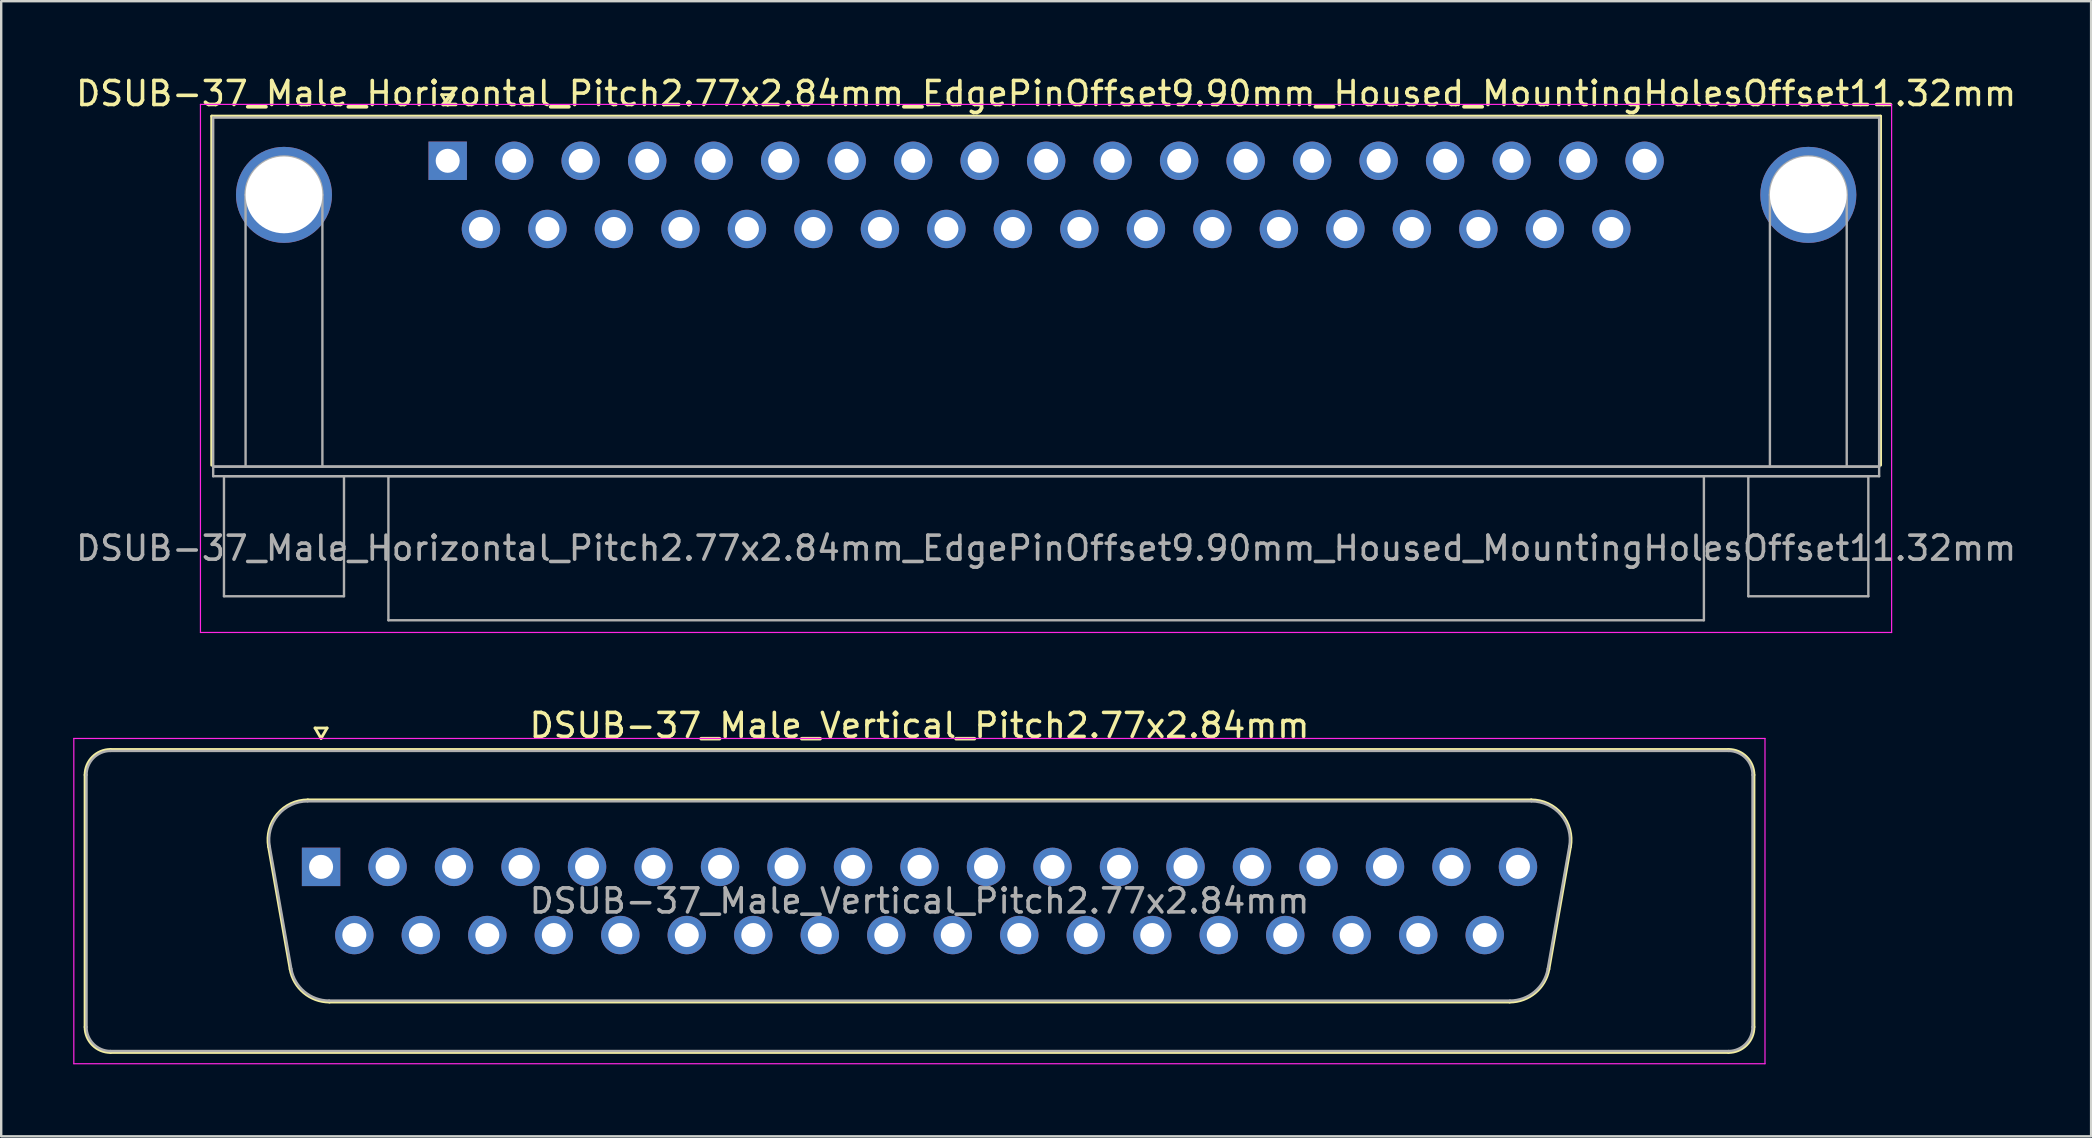
<source format=kicad_pcb>
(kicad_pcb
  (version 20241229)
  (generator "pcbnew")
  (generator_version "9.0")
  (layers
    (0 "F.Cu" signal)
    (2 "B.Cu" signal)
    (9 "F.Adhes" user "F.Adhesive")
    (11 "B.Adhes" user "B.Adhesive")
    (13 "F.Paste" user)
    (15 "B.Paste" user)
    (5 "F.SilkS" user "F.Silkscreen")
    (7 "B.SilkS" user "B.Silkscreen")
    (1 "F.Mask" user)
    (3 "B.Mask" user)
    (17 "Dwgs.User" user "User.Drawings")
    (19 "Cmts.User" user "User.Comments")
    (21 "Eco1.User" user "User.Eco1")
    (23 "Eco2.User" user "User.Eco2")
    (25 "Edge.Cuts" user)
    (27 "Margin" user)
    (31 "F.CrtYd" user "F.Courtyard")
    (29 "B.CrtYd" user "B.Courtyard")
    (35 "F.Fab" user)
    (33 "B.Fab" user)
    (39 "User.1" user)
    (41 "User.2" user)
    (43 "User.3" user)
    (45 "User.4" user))
  (footprint "DSUB-37_Male_Horizontal_Pitch2.77x2.84mm_EdgePinOffset9.90mm_Housed_MountingHolesOffset11.32mm"
    (layer "F.Cu")
    (at 15.6 3.648)
    (property "Reference" "DSUB-37_Male_Horizontal_Pitch2.77x2.84mm_EdgePinOffset9.90mm_Housed_MountingHolesOffset11.32mm" (at 24.93 -2.8 0) (layer "F.SilkS") (effects (font (size 1 1) (thickness 0.15))))
    (attr through_hole)
    (fp_line (start -9.83 -1.86) (end 59.69 -1.86) (stroke (width 0.12) (type solid)) (layer "F.SilkS"))
    (fp_line (start -9.83 12.68) (end -9.83 -1.86) (stroke (width 0.12) (type solid)) (layer "F.SilkS"))
    (fp_line (start -0.25 -2.754) (end 0.25 -2.754) (stroke (width 0.12) (type solid)) (layer "F.SilkS"))
    (fp_line (start 0 -2.321) (end -0.25 -2.754) (stroke (width 0.12) (type solid)) (layer "F.SilkS"))
    (fp_line (start 0.25 -2.754) (end 0 -2.321) (stroke (width 0.12) (type solid)) (layer "F.SilkS"))
    (fp_line (start 59.69 -1.86) (end 59.69 12.68) (stroke (width 0.12) (type solid)) (layer "F.SilkS"))
    (fp_line (start -10.3 -2.35) (end -10.3 19.65) (stroke (width 0.05) (type solid)) (layer "F.CrtYd"))
    (fp_line (start -10.3 19.65) (end 60.15 19.65) (stroke (width 0.05) (type solid)) (layer "F.CrtYd"))
    (fp_line (start 60.15 -2.35) (end -10.3 -2.35) (stroke (width 0.05) (type solid)) (layer "F.CrtYd"))
    (fp_line (start 60.15 19.65) (end 60.15 -2.35) (stroke (width 0.05) (type solid)) (layer "F.CrtYd"))
    (fp_line (start -9.77 -1.8) (end -9.77 12.74) (stroke (width 0.1) (type solid)) (layer "F.Fab"))
    (fp_line (start -9.77 12.74) (end -9.77 13.14) (stroke (width 0.1) (type solid)) (layer "F.Fab"))
    (fp_line (start -9.77 12.74) (end 59.63 12.74) (stroke (width 0.1) (type solid)) (layer "F.Fab"))
    (fp_line (start -9.77 13.14) (end 59.63 13.14) (stroke (width 0.1) (type solid)) (layer "F.Fab"))
    (fp_line (start -9.32 13.14) (end -9.32 18.14) (stroke (width 0.1) (type solid)) (layer "F.Fab"))
    (fp_line (start -9.32 18.14) (end -4.32 18.14) (stroke (width 0.1) (type solid)) (layer "F.Fab"))
    (fp_line (start -8.42 12.74) (end -8.42 1.42) (stroke (width 0.1) (type solid)) (layer "F.Fab"))
    (fp_line (start -5.22 12.74) (end -5.22 1.42) (stroke (width 0.1) (type solid)) (layer "F.Fab"))
    (fp_line (start -4.32 13.14) (end -9.32 13.14) (stroke (width 0.1) (type solid)) (layer "F.Fab"))
    (fp_line (start -4.32 18.14) (end -4.32 13.14) (stroke (width 0.1) (type solid)) (layer "F.Fab"))
    (fp_line (start -2.47 13.14) (end -2.47 19.14) (stroke (width 0.1) (type solid)) (layer "F.Fab"))
    (fp_line (start -2.47 19.14) (end 52.33 19.14) (stroke (width 0.1) (type solid)) (layer "F.Fab"))
    (fp_line (start 52.33 13.14) (end -2.47 13.14) (stroke (width 0.1) (type solid)) (layer "F.Fab"))
    (fp_line (start 52.33 19.14) (end 52.33 13.14) (stroke (width 0.1) (type solid)) (layer "F.Fab"))
    (fp_line (start 54.18 13.14) (end 54.18 18.14) (stroke (width 0.1) (type solid)) (layer "F.Fab"))
    (fp_line (start 54.18 18.14) (end 59.18 18.14) (stroke (width 0.1) (type solid)) (layer "F.Fab"))
    (fp_line (start 55.08 12.74) (end 55.08 1.42) (stroke (width 0.1) (type solid)) (layer "F.Fab"))
    (fp_line (start 58.28 12.74) (end 58.28 1.42) (stroke (width 0.1) (type solid)) (layer "F.Fab"))
    (fp_line (start 59.18 13.14) (end 54.18 13.14) (stroke (width 0.1) (type solid)) (layer "F.Fab"))
    (fp_line (start 59.18 18.14) (end 59.18 13.14) (stroke (width 0.1) (type solid)) (layer "F.Fab"))
    (fp_line (start 59.63 -1.8) (end -9.77 -1.8) (stroke (width 0.1) (type solid)) (layer "F.Fab"))
    (fp_line (start 59.63 12.74) (end -9.77 12.74) (stroke (width 0.1) (type solid)) (layer "F.Fab"))
    (fp_line (start 59.63 12.74) (end 59.63 -1.8) (stroke (width 0.1) (type solid)) (layer "F.Fab"))
    (fp_line (start 59.63 13.14) (end 59.63 12.74) (stroke (width 0.1) (type solid)) (layer "F.Fab"))
    (fp_arc (start -8.42 1.42) (mid -6.82 -0.18) (end -5.22 1.42) (stroke (width 0.1) (type solid)) (layer "F.Fab"))
    (fp_arc (start 55.08 1.42) (mid 56.68 -0.18) (end 58.28 1.42) (stroke (width 0.1) (type solid)) (layer "F.Fab"))
    (fp_text user "${REFERENCE}" (at 24.93 16.14 0) (layer "F.Fab") (effects (font (size 1 1) (thickness 0.15))))
    (pad "0" thru_hole circle (at -6.82 1.42) (size 4 4) (drill 3.2) (layers "*.Cu" "*.Mask"))
    (pad "0" thru_hole circle (at 56.68 1.42) (size 4 4) (drill 3.2) (layers "*.Cu" "*.Mask"))
    (pad "1" thru_hole rect (at 0 0) (size 1.6 1.6) (drill 1) (layers "*.Cu" "*.Mask"))
    (pad "2" thru_hole circle (at 2.77 0) (size 1.6 1.6) (drill 1) (layers "*.Cu" "*.Mask"))
    (pad "3" thru_hole circle (at 5.54 0) (size 1.6 1.6) (drill 1) (layers "*.Cu" "*.Mask"))
    (pad "4" thru_hole circle (at 8.31 0) (size 1.6 1.6) (drill 1) (layers "*.Cu" "*.Mask"))
    (pad "5" thru_hole circle (at 11.08 0) (size 1.6 1.6) (drill 1) (layers "*.Cu" "*.Mask"))
    (pad "6" thru_hole circle (at 13.85 0) (size 1.6 1.6) (drill 1) (layers "*.Cu" "*.Mask"))
    (pad "7" thru_hole circle (at 16.62 0) (size 1.6 1.6) (drill 1) (layers "*.Cu" "*.Mask"))
    (pad "8" thru_hole circle (at 19.39 0) (size 1.6 1.6) (drill 1) (layers "*.Cu" "*.Mask"))
    (pad "9" thru_hole circle (at 22.16 0) (size 1.6 1.6) (drill 1) (layers "*.Cu" "*.Mask"))
    (pad "10" thru_hole circle (at 24.93 0) (size 1.6 1.6) (drill 1) (layers "*.Cu" "*.Mask"))
    (pad "11" thru_hole circle (at 27.7 0) (size 1.6 1.6) (drill 1) (layers "*.Cu" "*.Mask"))
    (pad "12" thru_hole circle (at 30.47 0) (size 1.6 1.6) (drill 1) (layers "*.Cu" "*.Mask"))
    (pad "13" thru_hole circle (at 33.24 0) (size 1.6 1.6) (drill 1) (layers "*.Cu" "*.Mask"))
    (pad "14" thru_hole circle (at 36.01 0) (size 1.6 1.6) (drill 1) (layers "*.Cu" "*.Mask"))
    (pad "15" thru_hole circle (at 38.78 0) (size 1.6 1.6) (drill 1) (layers "*.Cu" "*.Mask"))
    (pad "16" thru_hole circle (at 41.55 0) (size 1.6 1.6) (drill 1) (layers "*.Cu" "*.Mask"))
    (pad "17" thru_hole circle (at 44.32 0) (size 1.6 1.6) (drill 1) (layers "*.Cu" "*.Mask"))
    (pad "18" thru_hole circle (at 47.09 0) (size 1.6 1.6) (drill 1) (layers "*.Cu" "*.Mask"))
    (pad "19" thru_hole circle (at 49.86 0) (size 1.6 1.6) (drill 1) (layers "*.Cu" "*.Mask"))
    (pad "20" thru_hole circle (at 1.385 2.84) (size 1.6 1.6) (drill 1) (layers "*.Cu" "*.Mask"))
    (pad "21" thru_hole circle (at 4.155 2.84) (size 1.6 1.6) (drill 1) (layers "*.Cu" "*.Mask"))
    (pad "22" thru_hole circle (at 6.925 2.84) (size 1.6 1.6) (drill 1) (layers "*.Cu" "*.Mask"))
    (pad "23" thru_hole circle (at 9.695 2.84) (size 1.6 1.6) (drill 1) (layers "*.Cu" "*.Mask"))
    (pad "24" thru_hole circle (at 12.465 2.84) (size 1.6 1.6) (drill 1) (layers "*.Cu" "*.Mask"))
    (pad "25" thru_hole circle (at 15.235 2.84) (size 1.6 1.6) (drill 1) (layers "*.Cu" "*.Mask"))
    (pad "26" thru_hole circle (at 18.005 2.84) (size 1.6 1.6) (drill 1) (layers "*.Cu" "*.Mask"))
    (pad "27" thru_hole circle (at 20.775 2.84) (size 1.6 1.6) (drill 1) (layers "*.Cu" "*.Mask"))
    (pad "28" thru_hole circle (at 23.545 2.84) (size 1.6 1.6) (drill 1) (layers "*.Cu" "*.Mask"))
    (pad "29" thru_hole circle (at 26.315 2.84) (size 1.6 1.6) (drill 1) (layers "*.Cu" "*.Mask"))
    (pad "30" thru_hole circle (at 29.085 2.84) (size 1.6 1.6) (drill 1) (layers "*.Cu" "*.Mask"))
    (pad "31" thru_hole circle (at 31.855 2.84) (size 1.6 1.6) (drill 1) (layers "*.Cu" "*.Mask"))
    (pad "32" thru_hole circle (at 34.625 2.84) (size 1.6 1.6) (drill 1) (layers "*.Cu" "*.Mask"))
    (pad "33" thru_hole circle (at 37.395 2.84) (size 1.6 1.6) (drill 1) (layers "*.Cu" "*.Mask"))
    (pad "34" thru_hole circle (at 40.165 2.84) (size 1.6 1.6) (drill 1) (layers "*.Cu" "*.Mask"))
    (pad "35" thru_hole circle (at 42.935 2.84) (size 1.6 1.6) (drill 1) (layers "*.Cu" "*.Mask"))
    (pad "36" thru_hole circle (at 45.705 2.84) (size 1.6 1.6) (drill 1) (layers "*.Cu" "*.Mask"))
    (pad "37" thru_hole circle (at 48.475 2.84) (size 1.6 1.6) (drill 1) (layers "*.Cu" "*.Mask")))
  (footprint "DSUB-37_Male_Vertical_Pitch2.77x2.84mm"
    (layer "F.Cu")
    (at 10.325 33.062)
    (property "Reference" "DSUB-37_Male_Vertical_Pitch2.77x2.84mm" (at 24.93 -5.89 0) (layer "F.SilkS") (effects (font (size 1 1) (thickness 0.15))))
    (attr through_hole)
    (fp_line (start -9.83 6.67) (end -9.83 -3.83) (stroke (width 0.12) (type solid)) (layer "F.SilkS"))
    (fp_line (start -8.77 -4.89) (end 58.63 -4.89) (stroke (width 0.12) (type solid)) (layer "F.SilkS"))
    (fp_line (start -2.186 -0.842) (end -1.287 4.258) (stroke (width 0.12) (type solid)) (layer "F.SilkS"))
    (fp_line (start -0.552 -2.79) (end 50.412 -2.79) (stroke (width 0.12) (type solid)) (layer "F.SilkS"))
    (fp_line (start -0.25 -5.784) (end 0.25 -5.784) (stroke (width 0.12) (type solid)) (layer "F.SilkS"))
    (fp_line (start 0 -5.351) (end -0.25 -5.784) (stroke (width 0.12) (type solid)) (layer "F.SilkS"))
    (fp_line (start 0.25 -5.784) (end 0 -5.351) (stroke (width 0.12) (type solid)) (layer "F.SilkS"))
    (fp_line (start 0.348 5.63) (end 49.512 5.63) (stroke (width 0.12) (type solid)) (layer "F.SilkS"))
    (fp_line (start 52.046 -0.842) (end 51.147 4.258) (stroke (width 0.12) (type solid)) (layer "F.SilkS"))
    (fp_line (start 58.63 7.73) (end -8.77 7.73) (stroke (width 0.12) (type solid)) (layer "F.SilkS"))
    (fp_line (start 59.69 -3.83) (end 59.69 6.67) (stroke (width 0.12) (type solid)) (layer "F.SilkS"))
    (fp_arc (start -9.83 -3.83) (mid -9.519533 -4.579533) (end -8.77 -4.89) (stroke (width 0.12) (type solid)) (layer "F.SilkS"))
    (fp_arc (start -8.77 7.73) (mid -9.519533 7.419533) (end -9.83 6.67) (stroke (width 0.12) (type solid)) (layer "F.SilkS"))
    (fp_arc (start -2.18647 -0.841744) (mid -1.823323 -2.197028) (end -0.551689 -2.79) (stroke (width 0.12) (type solid)) (layer "F.SilkS"))
    (fp_arc (start 0.347579 5.63) (mid -0.719448 5.241634) (end -1.287202 4.258256) (stroke (width 0.12) (type solid)) (layer "F.SilkS"))
    (fp_arc (start 50.411689 -2.79) (mid 51.683323 -2.197027) (end 52.04647 -0.841744) (stroke (width 0.12) (type solid)) (layer "F.SilkS"))
    (fp_arc (start 51.147202 4.258256) (mid 50.579449 5.241634) (end 49.512421 5.63) (stroke (width 0.12) (type solid)) (layer "F.SilkS"))
    (fp_arc (start 58.63 -4.89) (mid 59.379533 -4.579533) (end 59.69 -3.83) (stroke (width 0.12) (type solid)) (layer "F.SilkS"))
    (fp_arc (start 59.69 6.67) (mid 59.379533 7.419533) (end 58.63 7.73) (stroke (width 0.12) (type solid)) (layer "F.SilkS"))
    (fp_line (start -10.3 -5.35) (end -10.3 8.2) (stroke (width 0.05) (type solid)) (layer "F.CrtYd"))
    (fp_line (start -10.3 8.2) (end 60.15 8.2) (stroke (width 0.05) (type solid)) (layer "F.CrtYd"))
    (fp_line (start 60.15 -5.35) (end -10.3 -5.35) (stroke (width 0.05) (type solid)) (layer "F.CrtYd"))
    (fp_line (start 60.15 8.2) (end 60.15 -5.35) (stroke (width 0.05) (type solid)) (layer "F.CrtYd"))
    (fp_line (start -9.77 6.67) (end -9.77 -3.83) (stroke (width 0.1) (type solid)) (layer "F.Fab"))
    (fp_line (start -8.77 -4.83) (end 58.63 -4.83) (stroke (width 0.1) (type solid)) (layer "F.Fab"))
    (fp_line (start -2.139 -0.852) (end -1.24 4.248) (stroke (width 0.1) (type solid)) (layer "F.Fab"))
    (fp_line (start -0.563 -2.73) (end 50.423 -2.73) (stroke (width 0.1) (type solid)) (layer "F.Fab"))
    (fp_line (start 0.336 5.57) (end 49.524 5.57) (stroke (width 0.1) (type solid)) (layer "F.Fab"))
    (fp_line (start 51.999 -0.852) (end 51.1 4.248) (stroke (width 0.1) (type solid)) (layer "F.Fab"))
    (fp_line (start 58.63 7.67) (end -8.77 7.67) (stroke (width 0.1) (type solid)) (layer "F.Fab"))
    (fp_line (start 59.63 -3.83) (end 59.63 6.67) (stroke (width 0.1) (type solid)) (layer "F.Fab"))
    (fp_arc (start -9.77 -3.83) (mid -9.477107 -4.537107) (end -8.77 -4.83) (stroke (width 0.1) (type solid)) (layer "F.Fab"))
    (fp_arc (start -8.77 7.67) (mid -9.477107 7.377107) (end -9.77 6.67) (stroke (width 0.1) (type solid)) (layer "F.Fab"))
    (fp_arc (start -2.138886 -0.852163) (mid -1.788865 -2.15846) (end -0.563194 -2.73) (stroke (width 0.1) (type solid)) (layer "F.Fab"))
    (fp_arc (start 0.336073 5.57) (mid -0.692387 5.195671) (end -1.239619 4.247837) (stroke (width 0.1) (type solid)) (layer "F.Fab"))
    (fp_arc (start 50.423194 -2.73) (mid 51.648865 -2.15846) (end 51.998886 -0.852163) (stroke (width 0.1) (type solid)) (layer "F.Fab"))
    (fp_arc (start 51.099619 4.247837) (mid 50.552387 5.195671) (end 49.523927 5.57) (stroke (width 0.1) (type solid)) (layer "F.Fab"))
    (fp_arc (start 58.63 -4.83) (mid 59.337107 -4.537107) (end 59.63 -3.83) (stroke (width 0.1) (type solid)) (layer "F.Fab"))
    (fp_arc (start 59.63 6.67) (mid 59.337107 7.377107) (end 58.63 7.67) (stroke (width 0.1) (type solid)) (layer "F.Fab"))
    (fp_text user "${REFERENCE}" (at 24.93 1.42 0) (layer "F.Fab") (effects (font (size 1 1) (thickness 0.15))))
    (pad "1" thru_hole rect (at 0 0) (size 1.6 1.6) (drill 1) (layers "*.Cu" "*.Mask"))
    (pad "2" thru_hole circle (at 2.77 0) (size 1.6 1.6) (drill 1) (layers "*.Cu" "*.Mask"))
    (pad "3" thru_hole circle (at 5.54 0) (size 1.6 1.6) (drill 1) (layers "*.Cu" "*.Mask"))
    (pad "4" thru_hole circle (at 8.31 0) (size 1.6 1.6) (drill 1) (layers "*.Cu" "*.Mask"))
    (pad "5" thru_hole circle (at 11.08 0) (size 1.6 1.6) (drill 1) (layers "*.Cu" "*.Mask"))
    (pad "6" thru_hole circle (at 13.85 0) (size 1.6 1.6) (drill 1) (layers "*.Cu" "*.Mask"))
    (pad "7" thru_hole circle (at 16.62 0) (size 1.6 1.6) (drill 1) (layers "*.Cu" "*.Mask"))
    (pad "8" thru_hole circle (at 19.39 0) (size 1.6 1.6) (drill 1) (layers "*.Cu" "*.Mask"))
    (pad "9" thru_hole circle (at 22.16 0) (size 1.6 1.6) (drill 1) (layers "*.Cu" "*.Mask"))
    (pad "10" thru_hole circle (at 24.93 0) (size 1.6 1.6) (drill 1) (layers "*.Cu" "*.Mask"))
    (pad "11" thru_hole circle (at 27.7 0) (size 1.6 1.6) (drill 1) (layers "*.Cu" "*.Mask"))
    (pad "12" thru_hole circle (at 30.47 0) (size 1.6 1.6) (drill 1) (layers "*.Cu" "*.Mask"))
    (pad "13" thru_hole circle (at 33.24 0) (size 1.6 1.6) (drill 1) (layers "*.Cu" "*.Mask"))
    (pad "14" thru_hole circle (at 36.01 0) (size 1.6 1.6) (drill 1) (layers "*.Cu" "*.Mask"))
    (pad "15" thru_hole circle (at 38.78 0) (size 1.6 1.6) (drill 1) (layers "*.Cu" "*.Mask"))
    (pad "16" thru_hole circle (at 41.55 0) (size 1.6 1.6) (drill 1) (layers "*.Cu" "*.Mask"))
    (pad "17" thru_hole circle (at 44.32 0) (size 1.6 1.6) (drill 1) (layers "*.Cu" "*.Mask"))
    (pad "18" thru_hole circle (at 47.09 0) (size 1.6 1.6) (drill 1) (layers "*.Cu" "*.Mask"))
    (pad "19" thru_hole circle (at 49.86 0) (size 1.6 1.6) (drill 1) (layers "*.Cu" "*.Mask"))
    (pad "20" thru_hole circle (at 1.385 2.84) (size 1.6 1.6) (drill 1) (layers "*.Cu" "*.Mask"))
    (pad "21" thru_hole circle (at 4.155 2.84) (size 1.6 1.6) (drill 1) (layers "*.Cu" "*.Mask"))
    (pad "22" thru_hole circle (at 6.925 2.84) (size 1.6 1.6) (drill 1) (layers "*.Cu" "*.Mask"))
    (pad "23" thru_hole circle (at 9.695 2.84) (size 1.6 1.6) (drill 1) (layers "*.Cu" "*.Mask"))
    (pad "24" thru_hole circle (at 12.465 2.84) (size 1.6 1.6) (drill 1) (layers "*.Cu" "*.Mask"))
    (pad "25" thru_hole circle (at 15.235 2.84) (size 1.6 1.6) (drill 1) (layers "*.Cu" "*.Mask"))
    (pad "26" thru_hole circle (at 18.005 2.84) (size 1.6 1.6) (drill 1) (layers "*.Cu" "*.Mask"))
    (pad "27" thru_hole circle (at 20.775 2.84) (size 1.6 1.6) (drill 1) (layers "*.Cu" "*.Mask"))
    (pad "28" thru_hole circle (at 23.545 2.84) (size 1.6 1.6) (drill 1) (layers "*.Cu" "*.Mask"))
    (pad "29" thru_hole circle (at 26.315 2.84) (size 1.6 1.6) (drill 1) (layers "*.Cu" "*.Mask"))
    (pad "30" thru_hole circle (at 29.085 2.84) (size 1.6 1.6) (drill 1) (layers "*.Cu" "*.Mask"))
    (pad "31" thru_hole circle (at 31.855 2.84) (size 1.6 1.6) (drill 1) (layers "*.Cu" "*.Mask"))
    (pad "32" thru_hole circle (at 34.625 2.84) (size 1.6 1.6) (drill 1) (layers "*.Cu" "*.Mask"))
    (pad "33" thru_hole circle (at 37.395 2.84) (size 1.6 1.6) (drill 1) (layers "*.Cu" "*.Mask"))
    (pad "34" thru_hole circle (at 40.165 2.84) (size 1.6 1.6) (drill 1) (layers "*.Cu" "*.Mask"))
    (pad "35" thru_hole circle (at 42.935 2.84) (size 1.6 1.6) (drill 1) (layers "*.Cu" "*.Mask"))
    (pad "36" thru_hole circle (at 45.705 2.84) (size 1.6 1.6) (drill 1) (layers "*.Cu" "*.Mask"))
    (pad "37" thru_hole circle (at 48.475 2.84) (size 1.6 1.6) (drill 1) (layers "*.Cu" "*.Mask")))
  (gr_rect
    (start -3 -3)
    (end 84.06 44.286)
    (stroke (width 0.1) (type default))
    (fill no)
    (layer "Edge.Cuts")))
</source>
